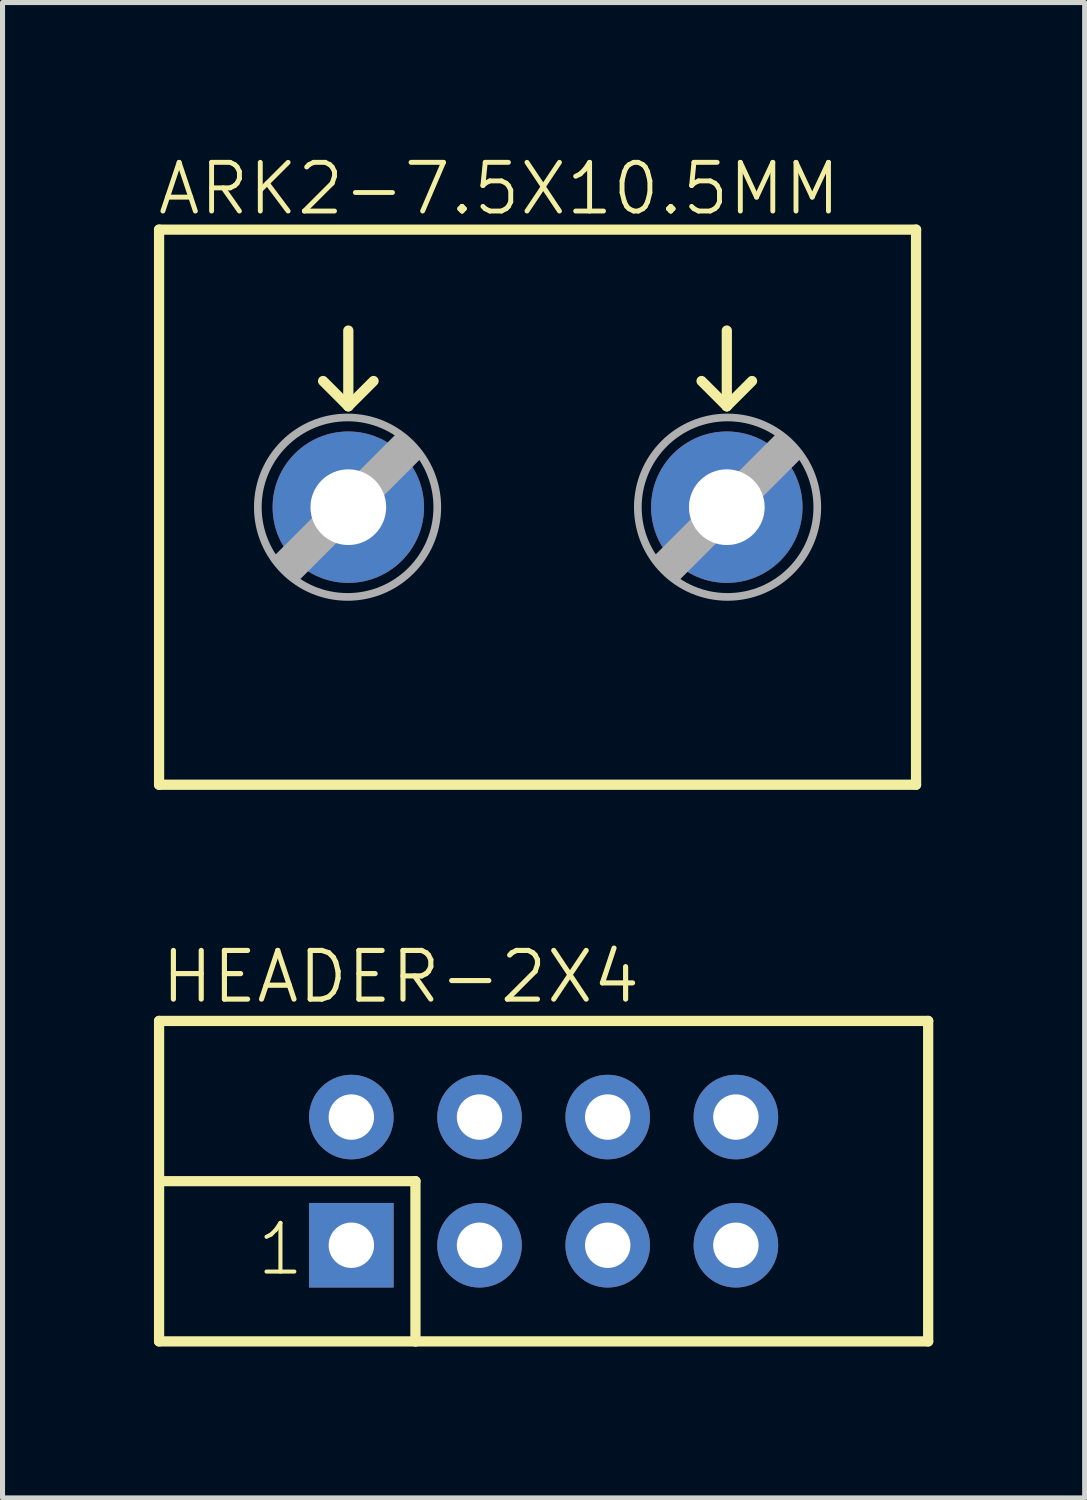
<source format=kicad_pcb>
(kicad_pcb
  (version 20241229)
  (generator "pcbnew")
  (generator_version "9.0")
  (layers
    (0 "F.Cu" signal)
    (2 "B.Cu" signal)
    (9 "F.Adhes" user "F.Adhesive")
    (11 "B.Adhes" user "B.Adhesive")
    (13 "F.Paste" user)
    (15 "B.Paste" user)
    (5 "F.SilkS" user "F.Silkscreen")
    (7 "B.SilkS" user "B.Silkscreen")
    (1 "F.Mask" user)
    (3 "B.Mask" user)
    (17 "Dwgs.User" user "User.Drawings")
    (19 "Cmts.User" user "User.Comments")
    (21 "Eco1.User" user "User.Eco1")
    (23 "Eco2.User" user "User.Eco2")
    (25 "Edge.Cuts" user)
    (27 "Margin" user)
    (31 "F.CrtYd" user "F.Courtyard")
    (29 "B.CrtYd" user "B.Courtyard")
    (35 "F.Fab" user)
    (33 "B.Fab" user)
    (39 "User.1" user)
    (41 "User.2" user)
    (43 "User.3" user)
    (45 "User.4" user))
  (footprint "HEADER-2X4"
    (layer "F.Cu")
    (at 7.722 20.355)
    (property "Reference" "HEADER-2X4" (at -7.633 -3.484 0) (layer "F.SilkS") (effects (font (size 0.965 0.965) (thickness 0.102)) (justify left bottom)))
    (attr through_hole)
    (fp_line (start -7.62 0) (end -7.62 -3.175) (stroke (width 0.203) (type solid)) (layer "F.SilkS"))
    (fp_line (start -7.62 0) (end -2.54 0) (stroke (width 0.203) (type solid)) (layer "F.SilkS"))
    (fp_line (start -7.62 3.175) (end -7.62 0) (stroke (width 0.203) (type solid)) (layer "F.SilkS"))
    (fp_line (start -7.62 3.175) (end -2.54 3.175) (stroke (width 0.203) (type solid)) (layer "F.SilkS"))
    (fp_line (start -2.54 3.175) (end -2.54 0) (stroke (width 0.203) (type solid)) (layer "F.SilkS"))
    (fp_line (start -2.54 3.175) (end 7.62 3.175) (stroke (width 0.203) (type solid)) (layer "F.SilkS"))
    (fp_line (start 7.62 -3.175) (end -7.62 -3.175) (stroke (width 0.203) (type solid)) (layer "F.SilkS"))
    (fp_line (start 7.62 -3.175) (end 7.62 3.175) (stroke (width 0.203) (type solid)) (layer "F.SilkS"))
    (fp_text user "1" (at -5.728 1.914 0) (layer "F.SilkS") (effects (font (size 0.965 0.965) (thickness 0.081)) (justify left bottom)))
    (pad "1" thru_hole rect (at -3.81 1.27 90) (size 1.676 1.676) (drill 0.9) (layers "*.Cu" "*.Mask"))
    (pad "2" thru_hole circle (at -3.81 -1.27 90) (size 1.676 1.676) (drill 0.9) (layers "*.Cu" "*.Mask"))
    (pad "3" thru_hole circle (at -1.27 1.27 90) (size 1.676 1.676) (drill 0.9) (layers "*.Cu" "*.Mask"))
    (pad "4" thru_hole circle (at -1.27 -1.27 90) (size 1.676 1.676) (drill 0.9) (layers "*.Cu" "*.Mask"))
    (pad "5" thru_hole circle (at 1.27 1.27 90) (size 1.676 1.676) (drill 0.9) (layers "*.Cu" "*.Mask"))
    (pad "6" thru_hole circle (at 1.27 -1.27 90) (size 1.676 1.676) (drill 0.9) (layers "*.Cu" "*.Mask"))
    (pad "7" thru_hole circle (at 3.81 1.27 90) (size 1.676 1.676) (drill 0.9) (layers "*.Cu" "*.Mask"))
    (pad "8" thru_hole circle (at 3.81 -1.27 90) (size 1.676 1.676) (drill 0.9) (layers "*.Cu" "*.Mask")))
  (footprint "ARK2-7.5X10.5MM"
    (layer "F.Cu")
    (at 7.602 7)
    (property "Reference" "ARK2-7.5X10.5MM" (at -7.58 -5.745 0) (layer "F.SilkS") (effects (font (size 0.965 0.965) (thickness 0.097)) (justify left bottom)))
    (attr through_hole)
    (fp_line (start -7.5 -5.5) (end 7.5 -5.5) (stroke (width 0.203) (type solid)) (layer "F.SilkS"))
    (fp_line (start -7.5 5.5) (end -7.5 -5.5) (stroke (width 0.203) (type solid)) (layer "F.SilkS"))
    (fp_line (start -4.25 -2.5) (end -3.75 -2) (stroke (width 0.203) (type solid)) (layer "F.SilkS"))
    (fp_line (start -3.75 -3.5) (end -3.75 -2) (stroke (width 0.203) (type solid)) (layer "F.SilkS"))
    (fp_line (start -3.25 -2.5) (end -3.75 -2) (stroke (width 0.203) (type solid)) (layer "F.SilkS"))
    (fp_line (start 3.25 -2.5) (end 3.75 -2) (stroke (width 0.203) (type solid)) (layer "F.SilkS"))
    (fp_line (start 3.75 -3.5) (end 3.75 -2) (stroke (width 0.203) (type solid)) (layer "F.SilkS"))
    (fp_line (start 4.25 -2.5) (end 3.75 -2) (stroke (width 0.203) (type solid)) (layer "F.SilkS"))
    (fp_line (start 7.5 -5.5) (end 7.5 5.5) (stroke (width 0.203) (type solid)) (layer "F.SilkS"))
    (fp_line (start 7.5 5.5) (end -7.5 5.5) (stroke (width 0.203) (type solid)) (layer "F.SilkS"))
    (fp_line (start -5.162 1.016) (end -4.781 1.397) (stroke (width 0.152) (type solid)) (layer "F.Fab"))
    (fp_line (start -5.162 1.016) (end -2.749 -1.397) (stroke (width 0.152) (type solid)) (layer "F.Fab"))
    (fp_line (start -4.781 1.016) (end -2.749 -1.016) (stroke (width 0.61) (type solid)) (layer "F.Fab"))
    (fp_line (start -4.781 1.397) (end -2.368 -1.016) (stroke (width 0.152) (type solid)) (layer "F.Fab"))
    (fp_line (start -2.749 -1.397) (end -2.368 -1.016) (stroke (width 0.152) (type solid)) (layer "F.Fab"))
    (fp_line (start 2.368 1.016) (end 2.749 1.397) (stroke (width 0.152) (type solid)) (layer "F.Fab"))
    (fp_line (start 2.368 1.016) (end 4.781 -1.397) (stroke (width 0.152) (type solid)) (layer "F.Fab"))
    (fp_line (start 2.749 1.016) (end 4.781 -1.016) (stroke (width 0.61) (type solid)) (layer "F.Fab"))
    (fp_line (start 2.749 1.397) (end 5.162 -1.016) (stroke (width 0.152) (type solid)) (layer "F.Fab"))
    (fp_line (start 4.781 -1.397) (end 5.162 -1.016) (stroke (width 0.152) (type solid)) (layer "F.Fab"))
    (fp_circle (center -3.765 0) (end -1.987 0) (stroke (width 0.152) (type solid)) (fill no) (layer "F.Fab"))
    (fp_circle (center 3.765 0) (end 5.543 0) (stroke (width 0.152) (type solid)) (fill no) (layer "F.Fab"))
    (pad "1" thru_hole circle (at -3.75 0 90) (size 3 3) (drill 1.5) (layers "*.Cu" "*.Mask"))
    (pad "2" thru_hole circle (at 3.75 0 90) (size 3 3) (drill 1.5) (layers "*.Cu" "*.Mask")))
  (gr_rect
    (start -3 -3)
    (end 18.443 26.632)
    (stroke (width 0.1) (type default))
    (fill no)
    (layer "Edge.Cuts")))
</source>
